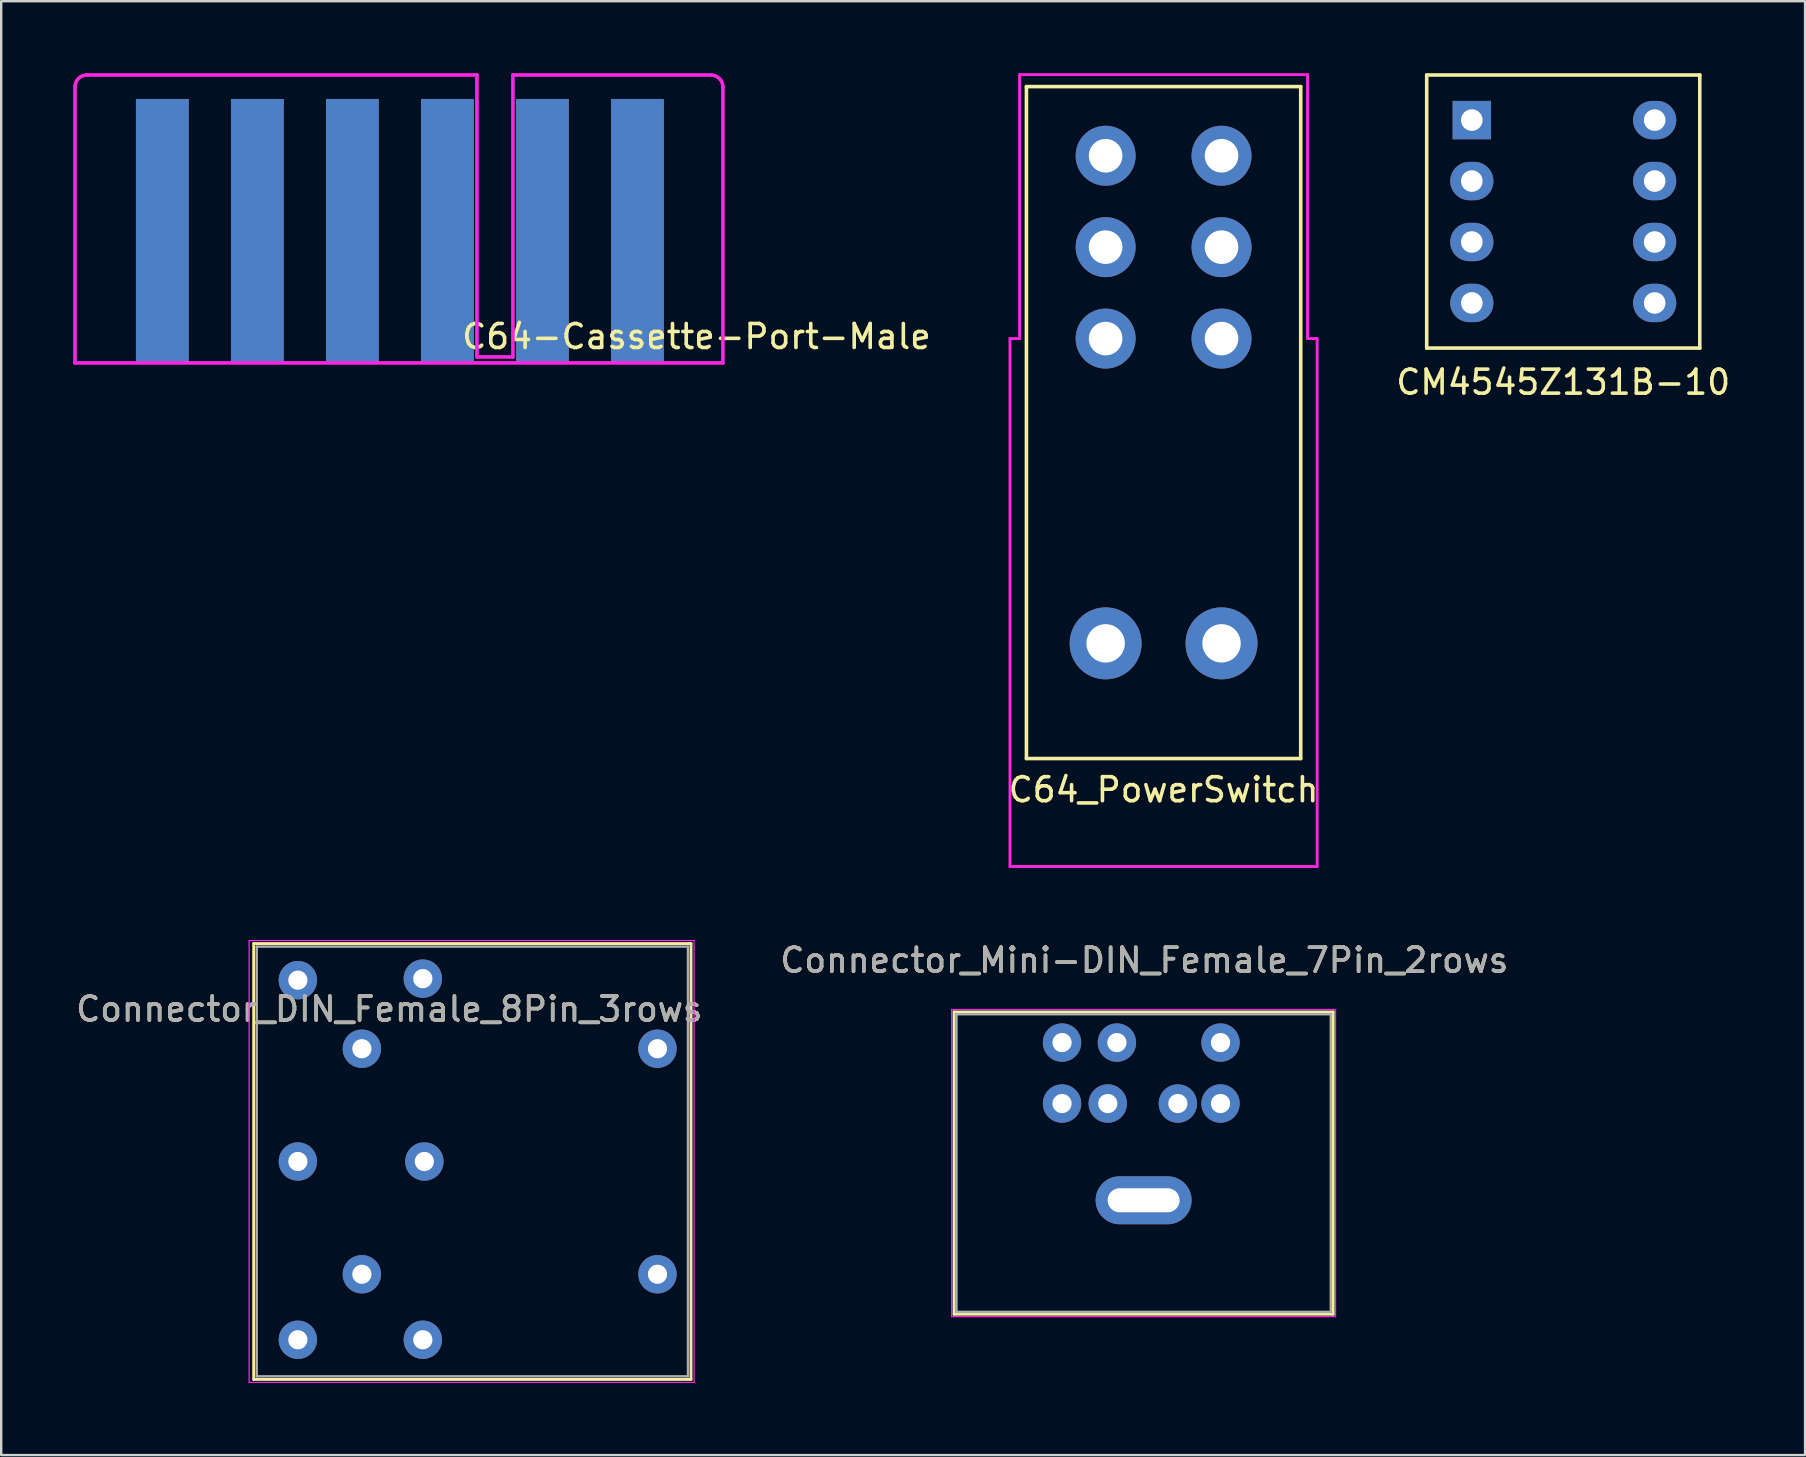
<source format=kicad_pcb>
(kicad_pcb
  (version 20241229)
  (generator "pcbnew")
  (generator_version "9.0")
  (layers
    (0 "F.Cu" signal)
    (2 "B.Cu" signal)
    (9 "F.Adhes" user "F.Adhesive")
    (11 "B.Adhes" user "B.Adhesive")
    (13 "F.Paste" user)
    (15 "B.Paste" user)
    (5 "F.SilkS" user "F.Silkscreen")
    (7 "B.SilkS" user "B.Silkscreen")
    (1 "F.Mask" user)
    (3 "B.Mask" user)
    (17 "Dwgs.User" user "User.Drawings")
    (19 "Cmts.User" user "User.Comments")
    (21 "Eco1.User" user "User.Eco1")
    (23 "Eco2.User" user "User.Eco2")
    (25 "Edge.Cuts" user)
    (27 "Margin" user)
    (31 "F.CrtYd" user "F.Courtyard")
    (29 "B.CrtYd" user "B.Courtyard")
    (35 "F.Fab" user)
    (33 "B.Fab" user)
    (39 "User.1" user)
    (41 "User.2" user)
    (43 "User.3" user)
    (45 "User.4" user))
  (footprint "Connector_Mini-DIN_Female_7Pin_2rows"
    (layer "F.Cu")
    (at 45.907 43.318)
    (property "Reference" "Connector_Mini-DIN_Female_7Pin_2rows" (at -1.27 -6.35 0) (layer "F.SilkS") (effects (font (size 1 1) (thickness 0.15))))
    (attr through_hole)
    (fp_line (start -9.2 -4.2) (end -9.2 8.4) (stroke (width 0.12) (type solid)) (layer "F.SilkS"))
    (fp_line (start -9.2 -4.2) (end 6.6 -4.2) (stroke (width 0.12) (type solid)) (layer "F.SilkS"))
    (fp_line (start -9.2 8.4) (end 6.6 8.4) (stroke (width 0.12) (type solid)) (layer "F.SilkS"))
    (fp_line (start 6.6 -4.2) (end 6.6 8.4) (stroke (width 0.12) (type solid)) (layer "F.SilkS"))
    (fp_line (start -9.3 -4.3) (end -9.3 8.5) (stroke (width 0.05) (type solid)) (layer "F.CrtYd"))
    (fp_line (start -9.3 -4.3) (end 6.7 -4.3) (stroke (width 0.05) (type solid)) (layer "F.CrtYd"))
    (fp_line (start 6.7 8.5) (end -9.3 8.5) (stroke (width 0.05) (type solid)) (layer "F.CrtYd"))
    (fp_line (start 6.7 8.5) (end 6.7 -4.3) (stroke (width 0.05) (type solid)) (layer "F.CrtYd"))
    (fp_line (start -9.1 -4.1) (end 6.5 -4.1) (stroke (width 0.1) (type solid)) (layer "F.Fab"))
    (fp_line (start -9.1 8.3) (end -9.1 -4.1) (stroke (width 0.1) (type solid)) (layer "F.Fab"))
    (fp_line (start 6.5 -4.1) (end 6.5 8.3) (stroke (width 0.1) (type solid)) (layer "F.Fab"))
    (fp_line (start 6.5 8.3) (end -9.1 8.3) (stroke (width 0.1) (type solid)) (layer "F.Fab"))
    (fp_text user "${REFERENCE}" (at -1.27 -6.35 0) (layer "F.Fab") (effects (font (size 1 1) (thickness 0.15))))
    (pad "1" thru_hole circle (at 0.127 -0.381) (size 1.6 1.6) (drill 0.8) (layers "*.Cu" "*.Mask"))
    (pad "2" thru_hole circle (at -2.794 -0.381) (size 1.6 1.6) (drill 0.8) (layers "*.Cu" "*.Mask"))
    (pad "3" thru_hole circle (at 1.905 -0.381) (size 1.6 1.6) (drill 0.8) (layers "*.Cu" "*.Mask"))
    (pad "4" thru_hole circle (at -4.699 -0.381) (size 1.6 1.6) (drill 0.8) (layers "*.Cu" "*.Mask"))
    (pad "5" thru_hole circle (at 1.905 -2.921) (size 1.6 1.6) (drill 0.8) (layers "*.Cu" "*.Mask"))
    (pad "6" thru_hole circle (at -2.413 -2.921) (size 1.6 1.6) (drill 0.8) (layers "*.Cu" "*.Mask"))
    (pad "7" thru_hole circle (at -4.699 -2.921) (size 1.6 1.6) (drill 0.8) (layers "*.Cu" "*.Mask"))
    (pad "7" thru_hole oval (at -1.3 3.65) (size 4 2) (drill oval 3 1) (layers "*.Cu" "*.Mask")))
  (footprint "Connector_DIN_Female_8Pin_3rows"
    (layer "F.Cu")
    (at 14.443 45.352)
    (property "Reference" "Connector_DIN_Female_8Pin_3rows" (at -1.27 -6.35 0) (layer "F.SilkS") (effects (font (size 1 1) (thickness 0.15))))
    (attr through_hole)
    (fp_line (start -6.921 -9.081) (end -6.921 9.081) (stroke (width 0.12) (type solid)) (layer "F.SilkS"))
    (fp_line (start -6.921 -9.081) (end 11.303 -9.081) (stroke (width 0.12) (type solid)) (layer "F.SilkS"))
    (fp_line (start -6.921 9.081) (end 11.303 9.081) (stroke (width 0.12) (type solid)) (layer "F.SilkS"))
    (fp_line (start 11.303 -9.081) (end 11.303 9.081) (stroke (width 0.12) (type solid)) (layer "F.SilkS"))
    (fp_line (start -7.112 -9.207) (end -7.112 9.207) (stroke (width 0.05) (type solid)) (layer "F.CrtYd"))
    (fp_line (start -7.112 -9.207) (end 11.43 -9.207) (stroke (width 0.05) (type solid)) (layer "F.CrtYd"))
    (fp_line (start 11.43 9.207) (end -7.112 9.207) (stroke (width 0.05) (type solid)) (layer "F.CrtYd"))
    (fp_line (start 11.43 9.207) (end 11.43 -9.207) (stroke (width 0.05) (type solid)) (layer "F.CrtYd"))
    (fp_line (start -6.795 -8.954) (end 11.176 -8.954) (stroke (width 0.1) (type solid)) (layer "F.Fab"))
    (fp_line (start -6.795 8.954) (end -6.795 -8.954) (stroke (width 0.1) (type solid)) (layer "F.Fab"))
    (fp_line (start 11.176 -8.954) (end 11.176 8.954) (stroke (width 0.1) (type solid)) (layer "F.Fab"))
    (fp_line (start 11.176 8.954) (end -6.795 8.954) (stroke (width 0.1) (type solid)) (layer "F.Fab"))
    (fp_text user "${REFERENCE}" (at -1.27 -6.35 0) (layer "F.Fab") (effects (font (size 1 1) (thickness 0.15))))
    (pad "0" thru_hole circle (at 9.906 -4.699) (size 1.6 1.6) (drill 0.8) (layers "*.Cu" "*.Mask"))
    (pad "0" thru_hole circle (at 9.906 4.699) (size 1.6 1.6) (drill 0.8) (layers "*.Cu" "*.Mask"))
    (pad "1" thru_hole circle (at 0.127 -7.62) (size 1.6 1.6) (drill 0.8) (layers "*.Cu" "*.Mask"))
    (pad "2" thru_hole circle (at 0.191 0) (size 1.6 1.6) (drill 0.8) (layers "*.Cu" "*.Mask"))
    (pad "3" thru_hole circle (at 0.127 7.429) (size 1.6 1.6) (drill 0.8) (layers "*.Cu" "*.Mask"))
    (pad "4" thru_hole circle (at -2.413 -4.699) (size 1.6 1.6) (drill 0.8) (layers "*.Cu" "*.Mask"))
    (pad "5" thru_hole circle (at -2.413 4.699) (size 1.6 1.6) (drill 0.8) (layers "*.Cu" "*.Mask"))
    (pad "6" thru_hole circle (at -5.08 0) (size 1.6 1.6) (drill 0.8) (layers "*.Cu" "*.Mask"))
    (pad "7" thru_hole circle (at -5.08 -7.556) (size 1.6 1.6) (drill 0.8) (layers "*.Cu" "*.Mask"))
    (pad "8" thru_hole circle (at -5.08 7.429) (size 1.6 1.6) (drill 0.8) (layers "*.Cu" "*.Mask")))
  (footprint "C64-Cassette-Port-Male"
    (layer "F.Cu")
    (at 13.075 12.075)
    (property "Reference" "C64-Cassette-Port-Male" (at 12.9 -1.1 0) (layer "F.SilkS") (effects (font (size 1 1) (thickness 0.15))))
    (attr through_hole)
    (fp_line (start -13 -11.5) (end -13 0) (stroke (width 0.15) (type solid)) (layer "F.CrtYd"))
    (fp_line (start -13 0) (end 14 0) (stroke (width 0.15) (type solid)) (layer "F.CrtYd"))
    (fp_line (start 3.75 -12) (end -12.5 -12) (stroke (width 0.15) (type solid)) (layer "F.CrtYd"))
    (fp_line (start 3.75 -0.25) (end 3.75 -12) (stroke (width 0.15) (type solid)) (layer "F.CrtYd"))
    (fp_line (start 5.25 -12) (end 5.25 -0.25) (stroke (width 0.15) (type solid)) (layer "F.CrtYd"))
    (fp_line (start 5.25 -0.25) (end 3.75 -0.25) (stroke (width 0.15) (type solid)) (layer "F.CrtYd"))
    (fp_line (start 13.5 -12) (end 5.25 -12) (stroke (width 0.15) (type solid)) (layer "F.CrtYd"))
    (fp_line (start 14 0) (end 14 -11.5) (stroke (width 0.15) (type solid)) (layer "F.CrtYd"))
    (fp_arc (start -13 -11.5) (mid -12.853553 -11.853553) (end -12.5 -12) (stroke (width 0.15) (type solid)) (layer "F.CrtYd"))
    (fp_arc (start 13.5 -12) (mid 13.853553 -11.853553) (end 14 -11.5) (stroke (width 0.15) (type solid)) (layer "F.CrtYd"))
    (pad "1" smd rect (at 10.44 -5.5) (size 2.2 11) (layers "F.Cu" "F.Mask" "F.Paste"))
    (pad "1" smd rect (at 10.44 -5.5) (size 2.2 11) (layers "B.Cu" "B.Mask" "B.Paste"))
    (pad "2" smd rect (at 6.48 -5.5) (size 2.2 11) (layers "F.Cu" "F.Mask" "F.Paste"))
    (pad "2" smd rect (at 6.48 -5.5) (size 2.2 11) (layers "B.Cu" "B.Mask" "B.Paste"))
    (pad "3" smd rect (at 2.52 -5.5) (size 2.2 11) (layers "F.Cu" "F.Mask" "F.Paste"))
    (pad "3" smd rect (at 2.52 -5.5) (size 2.2 11) (layers "B.Cu" "B.Mask" "B.Paste"))
    (pad "4" smd rect (at -1.44 -5.5) (size 2.2 11) (layers "F.Cu" "F.Mask" "F.Paste"))
    (pad "4" smd rect (at -1.44 -5.5) (size 2.2 11) (layers "B.Cu" "B.Mask" "B.Paste"))
    (pad "5" smd rect (at -5.4 -5.5) (size 2.2 11) (layers "F.Cu" "F.Mask" "F.Paste"))
    (pad "5" smd rect (at -5.4 -5.5) (size 2.2 11) (layers "B.Cu" "B.Mask" "B.Paste"))
    (pad "6" smd rect (at -9.36 -5.5) (size 2.2 11) (layers "F.Cu" "F.Mask" "F.Paste"))
    (pad "6" smd rect (at -9.36 -5.5) (size 2.2 11) (layers "B.Cu" "B.Mask" "B.Paste")))
  (footprint "CM4545Z131B-10"
    (layer "F.Cu")
    (at 62.094 5.765)
    (property "Reference" "CM4545Z131B-10" (at 0 7.112 0) (layer "F.SilkS") (effects (font (size 1 1) (thickness 0.15))))
    (attr through_hole)
    (fp_line (start -5.69 -5.69) (end -5.69 5.69) (stroke (width 0.15) (type solid)) (layer "F.SilkS"))
    (fp_line (start -5.69 5.69) (end 5.69 5.69) (stroke (width 0.15) (type solid)) (layer "F.SilkS"))
    (fp_line (start 5.69 -5.69) (end -5.69 -5.69) (stroke (width 0.15) (type solid)) (layer "F.SilkS"))
    (fp_line (start 5.69 5.69) (end 5.69 -5.69) (stroke (width 0.15) (type solid)) (layer "F.SilkS"))
    (pad "1" thru_hole rect (at -3.81 -3.81) (size 1.6 1.6) (drill 0.9) (layers "*.Cu" "*.Mask"))
    (pad "2" thru_hole oval (at -3.81 -1.27) (size 1.8 1.6) (drill 0.9) (layers "*.Cu" "*.Mask"))
    (pad "3" thru_hole oval (at -3.81 1.27) (size 1.8 1.6) (drill 0.9) (layers "*.Cu" "*.Mask"))
    (pad "4" thru_hole oval (at -3.81 3.81) (size 1.8 1.6) (drill 0.9) (layers "*.Cu" "*.Mask"))
    (pad "5" thru_hole oval (at 3.81 3.81) (size 1.8 1.6) (drill 0.9) (layers "*.Cu" "*.Mask"))
    (pad "6" thru_hole oval (at 3.81 1.27) (size 1.8 1.6) (drill 0.9) (layers "*.Cu" "*.Mask"))
    (pad "7" thru_hole oval (at 3.81 -1.27) (size 1.8 1.6) (drill 0.9) (layers "*.Cu" "*.Mask"))
    (pad "8" thru_hole oval (at 3.81 -3.81) (size 1.8 1.6) (drill 0.9) (layers "*.Cu" "*.Mask")))
  (footprint "C64_PowerSwitch"
    (layer "F.Cu")
    (at 45.439 11.06)
    (property "Reference" "C64_PowerSwitch" (at 0 18.8 0) (layer "F.SilkS") (effects (font (size 1 1) (thickness 0.15))))
    (attr through_hole)
    (fp_line (start -5.715 -10.5) (end -5.715 17.5) (stroke (width 0.15) (type solid)) (layer "F.SilkS"))
    (fp_line (start -5.715 17.5) (end 5.715 17.5) (stroke (width 0.15) (type solid)) (layer "F.SilkS"))
    (fp_line (start 5.715 -10.5) (end -5.715 -10.5) (stroke (width 0.15) (type solid)) (layer "F.SilkS"))
    (fp_line (start 5.715 17.5) (end 5.715 -10.5) (stroke (width 0.15) (type solid)) (layer "F.SilkS"))
    (fp_line (start -6.4 0) (end -6.4 22) (stroke (width 0.12) (type solid)) (layer "F.CrtYd"))
    (fp_line (start -6.4 0) (end -6 0) (stroke (width 0.12) (type solid)) (layer "F.CrtYd"))
    (fp_line (start -6.4 22) (end 6.4 22) (stroke (width 0.12) (type solid)) (layer "F.CrtYd"))
    (fp_line (start -6 -11) (end 6 -11) (stroke (width 0.12) (type solid)) (layer "F.CrtYd"))
    (fp_line (start -6 0) (end -6 -11) (stroke (width 0.12) (type solid)) (layer "F.CrtYd"))
    (fp_line (start 6 -11) (end 6 0) (stroke (width 0.12) (type solid)) (layer "F.CrtYd"))
    (fp_line (start 6 0) (end 6.4 0) (stroke (width 0.12) (type solid)) (layer "F.CrtYd"))
    (fp_line (start 6.4 0) (end 6.4 22) (stroke (width 0.12) (type solid)) (layer "F.CrtYd"))
    (pad "0" thru_hole circle (at -2.415 12.7) (size 3 3) (drill 1.6) (layers "*.Cu" "*.Mask"))
    (pad "0" thru_hole circle (at 2.415 12.7) (size 3 3) (drill 1.6) (layers "*.Cu" "*.Mask"))
    (pad "1" thru_hole circle (at -2.415 0) (size 2.5 2.5) (drill 1.4) (layers "*.Cu" "*.Mask"))
    (pad "2" thru_hole circle (at -2.415 -3.81) (size 2.5 2.5) (drill 1.4) (layers "*.Cu" "*.Mask"))
    (pad "3" thru_hole circle (at -2.415 -7.62) (size 2.5 2.5) (drill 1.4) (layers "*.Cu" "*.Mask"))
    (pad "4" thru_hole circle (at 2.415 0) (size 2.5 2.5) (drill 1.4) (layers "*.Cu" "*.Mask"))
    (pad "5" thru_hole circle (at 2.415 -3.81) (size 2.5 2.5) (drill 1.4) (layers "*.Cu" "*.Mask"))
    (pad "6" thru_hole circle (at 2.415 -7.62) (size 2.5 2.5) (drill 1.4) (layers "*.Cu" "*.Mask")))
  (gr_rect
    (start -3 -3)
    (end 72.171 57.585)
    (stroke (width 0.1) (type default))
    (fill no)
    (layer "Edge.Cuts")))
</source>
